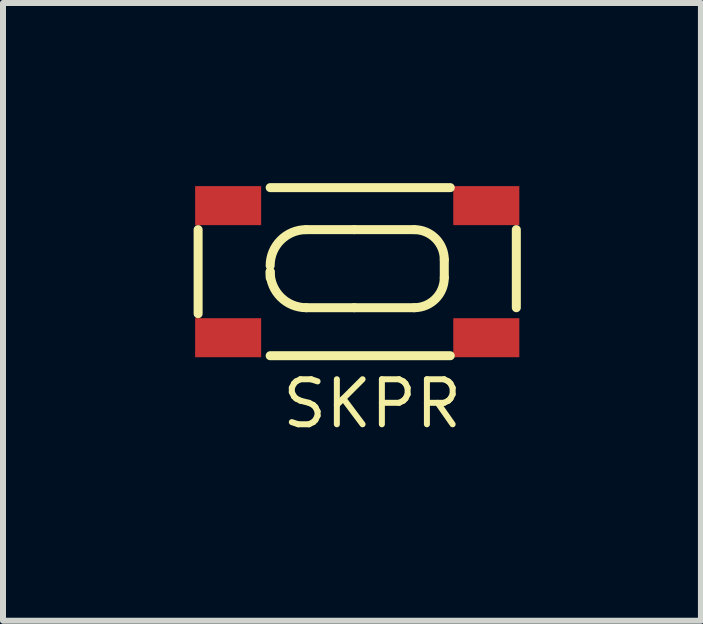
<source format=kicad_pcb>
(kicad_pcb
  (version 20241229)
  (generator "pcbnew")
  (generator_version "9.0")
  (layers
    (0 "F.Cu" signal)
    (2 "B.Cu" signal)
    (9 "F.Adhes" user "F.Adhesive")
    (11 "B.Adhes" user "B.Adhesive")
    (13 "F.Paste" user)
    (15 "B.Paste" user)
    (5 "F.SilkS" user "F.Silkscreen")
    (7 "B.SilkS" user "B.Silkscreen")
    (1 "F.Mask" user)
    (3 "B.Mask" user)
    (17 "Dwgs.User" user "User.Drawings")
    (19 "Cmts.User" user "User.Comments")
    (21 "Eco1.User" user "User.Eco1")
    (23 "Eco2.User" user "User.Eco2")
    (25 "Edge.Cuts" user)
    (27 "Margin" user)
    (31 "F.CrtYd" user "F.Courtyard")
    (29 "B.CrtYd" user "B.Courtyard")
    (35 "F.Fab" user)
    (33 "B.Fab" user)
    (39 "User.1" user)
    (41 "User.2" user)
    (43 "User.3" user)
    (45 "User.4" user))
  (footprint "SKPR"
    (layer "F.Cu")
    (at 0.25 2.875)
    (property "Reference" "SKPR" (at 2.9 0.8 0) (layer "F.SilkS") (effects (font (size 0.75 0.75) (thickness 0.1))))
    (attr through_hole)
    (fp_line (start 0 -2.1) (end 0 -0.7) (stroke (width 0.15) (type solid)) (layer "F.SilkS"))
    (fp_line (start 1.2 -1.4) (end 1.2 -1.3) (stroke (width 0.15) (type solid)) (layer "F.SilkS"))
    (fp_line (start 2.6 -2.1) (end 1.8 -2.1) (stroke (width 0.15) (type solid)) (layer "F.SilkS"))
    (fp_line (start 2.6 -2.1) (end 3.6 -2.1) (stroke (width 0.15) (type solid)) (layer "F.SilkS"))
    (fp_line (start 2.6 -0.8) (end 1.8 -0.8) (stroke (width 0.15) (type solid)) (layer "F.SilkS"))
    (fp_line (start 2.6 -0.8) (end 3.6 -0.8) (stroke (width 0.15) (type solid)) (layer "F.SilkS"))
    (fp_line (start 4.1 -1.6) (end 4.1 -1.3) (stroke (width 0.15) (type solid)) (layer "F.SilkS"))
    (fp_line (start 4.2 -2.8) (end 1.2 -2.8) (stroke (width 0.15) (type solid)) (layer "F.SilkS"))
    (fp_line (start 4.2 0) (end 1.2 0) (stroke (width 0.15) (type solid)) (layer "F.SilkS"))
    (fp_line (start 5.3 -2.1) (end 5.3 -0.8) (stroke (width 0.15) (type solid)) (layer "F.SilkS"))
    (fp_arc (start 1.2 -1.5) (mid 1.375736 -1.924264) (end 1.8 -2.1) (stroke (width 0.15) (type solid)) (layer "F.SilkS"))
    (fp_arc (start 1.8 -0.8) (mid 1.375736 -0.975736) (end 1.2 -1.4) (stroke (width 0.15) (type solid)) (layer "F.SilkS"))
    (fp_arc (start 3.6 -2.1) (mid 3.953553 -1.953553) (end 4.1 -1.6) (stroke (width 0.15) (type solid)) (layer "F.SilkS"))
    (fp_arc (start 4.1 -1.3) (mid 3.953553 -0.946447) (end 3.6 -0.8) (stroke (width 0.15) (type solid)) (layer "F.SilkS"))
    (pad "1" smd rect (at 0.5 -0.3) (size 1.1 0.65) (layers "F.Cu" "F.Mask" "F.Paste"))
    (pad "2" smd rect (at 0.5 -2.5) (size 1.1 0.65) (layers "F.Cu" "F.Mask" "F.Paste"))
    (pad "3" smd rect (at 4.8 -2.5) (size 1.1 0.65) (layers "F.Cu" "F.Mask" "F.Paste"))
    (pad "3" smd rect (at 4.8 -0.3) (size 1.1 0.65) (layers "F.Cu" "F.Mask" "F.Paste")))
  (gr_rect
    (start -3 -3)
    (end 8.625 7.289)
    (stroke (width 0.1) (type default))
    (fill no)
    (layer "Edge.Cuts")))
</source>
